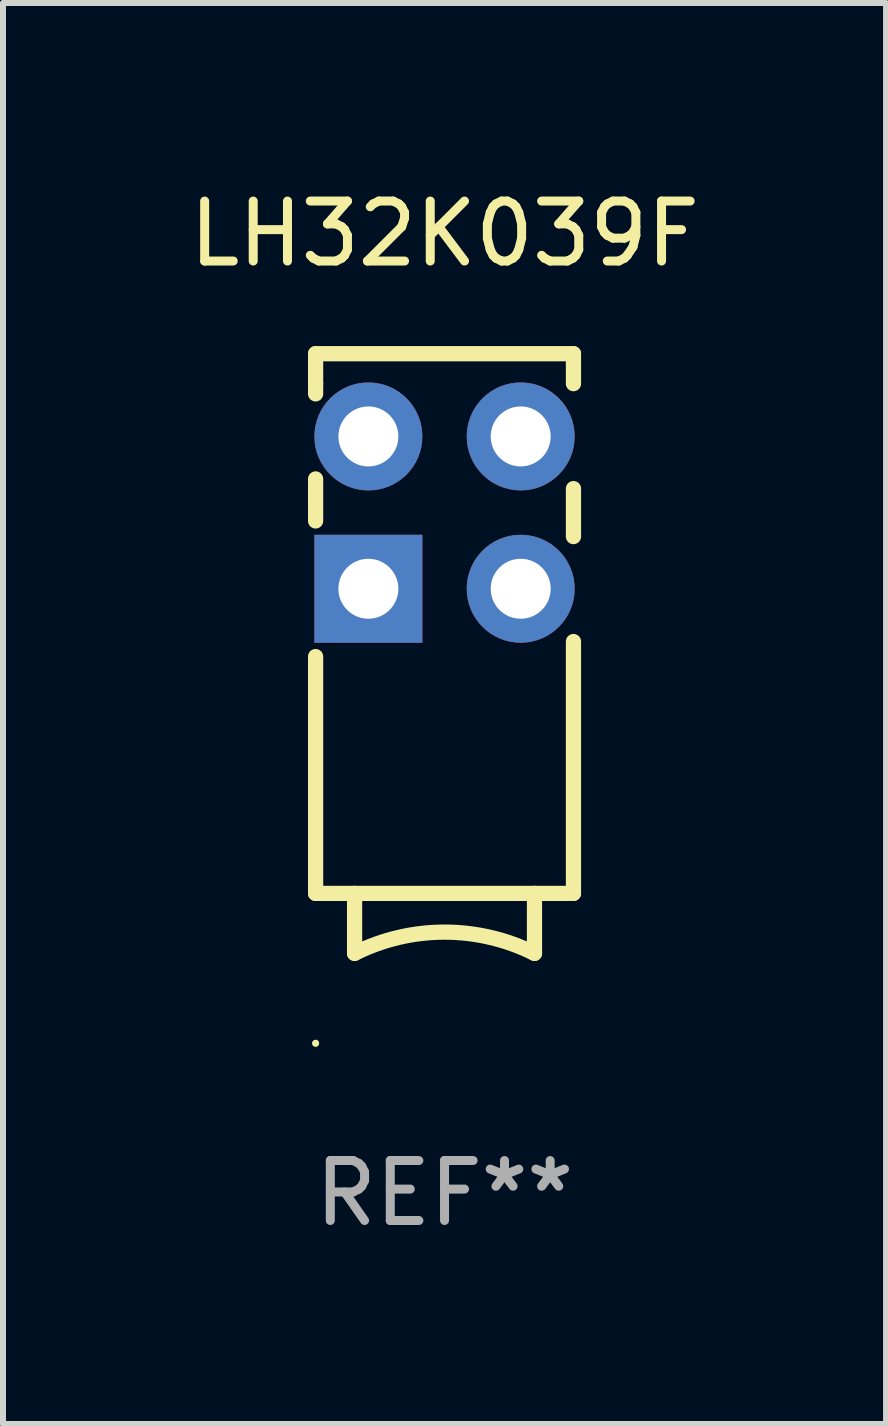
<source format=kicad_pcb>
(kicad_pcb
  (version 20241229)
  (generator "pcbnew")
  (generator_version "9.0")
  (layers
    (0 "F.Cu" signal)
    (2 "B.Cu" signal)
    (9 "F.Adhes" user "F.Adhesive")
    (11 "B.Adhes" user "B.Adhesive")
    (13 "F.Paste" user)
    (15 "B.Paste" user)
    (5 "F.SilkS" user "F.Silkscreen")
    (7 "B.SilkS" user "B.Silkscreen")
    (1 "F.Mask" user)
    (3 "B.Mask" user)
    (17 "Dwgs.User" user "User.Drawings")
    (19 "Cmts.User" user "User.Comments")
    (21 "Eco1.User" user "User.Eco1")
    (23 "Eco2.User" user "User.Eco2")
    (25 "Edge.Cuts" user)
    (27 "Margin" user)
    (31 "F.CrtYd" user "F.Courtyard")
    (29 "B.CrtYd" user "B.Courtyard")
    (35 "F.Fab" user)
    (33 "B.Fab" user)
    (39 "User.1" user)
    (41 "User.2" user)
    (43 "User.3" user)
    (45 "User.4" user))
  (footprint "LH32K039F"
    (layer "F.Cu")
    (at 4.363 7.848)
    (property "Reference" "LH32K039F" (at 0 -7 0) (layer "F.SilkS") (effects (font (size 1 1) (thickness 0.15))))
    (attr through_hole)
    (fp_line (start -2.15 -4.5) (end -2.15 -5) (stroke (width 0.254) (type solid)) (layer "F.SilkS"))
    (fp_line (start -2.15 -4.5) (end -2.15 -4.33) (stroke (width 0.254) (type solid)) (layer "F.SilkS"))
    (fp_line (start -2.15 -2.911) (end -2.15 -2.211) (stroke (width 0.254) (type solid)) (layer "F.SilkS"))
    (fp_line (start -2.15 0.051) (end -2.15 4) (stroke (width 0.254) (type solid)) (layer "F.SilkS"))
    (fp_line (start -1.5 4) (end -1.5 5) (stroke (width 0.254) (type solid)) (layer "F.SilkS"))
    (fp_line (start 1.5 4) (end 1.5 5) (stroke (width 0.254) (type solid)) (layer "F.SilkS"))
    (fp_line (start 2.15 -5) (end -2.15 -5) (stroke (width 0.254) (type solid)) (layer "F.SilkS"))
    (fp_line (start 2.15 -4.5) (end 2.15 -5) (stroke (width 0.254) (type solid)) (layer "F.SilkS"))
    (fp_line (start 2.15 -1.95) (end 2.15 -2.75) (stroke (width 0.254) (type solid)) (layer "F.SilkS"))
    (fp_line (start 2.15 4) (end -2.15 4) (stroke (width 0.254) (type solid)) (layer "F.SilkS"))
    (fp_line (start 2.15 4) (end 2.15 -0.2) (stroke (width 0.254) (type solid)) (layer "F.SilkS"))
    (fp_arc (start -1.499975 5.000013) (mid 0.000025 4.645911) (end 1.500025 5.000013) (stroke (width 0.254001) (type solid)) (layer "F.SilkS"))
    (fp_circle (center -2.15 6.5) (end -2.12 6.5) (stroke (width 0.06) (type solid)) (fill no) (layer "F.SilkS"))
    (fp_text user "REF**" (at 0 9 0) (layer "F.Fab") (effects (font (size 1 1) (thickness 0.15))))
    (pad "1" thru_hole rect (at -1.27 -1.08) (size 1.8 1.8) (drill 1) (layers "*.Cu" "*.Mask"))
    (pad "2" thru_hole circle (at 1.27 -1.08) (size 1.8 1.8) (drill 1) (layers "*.Cu" "*.Mask"))
    (pad "3" thru_hole circle (at -1.27 -3.62) (size 1.8 1.8) (drill 1) (layers "*.Cu" "*.Mask"))
    (pad "4" thru_hole circle (at 1.27 -3.62) (size 1.8 1.8) (drill 1) (layers "*.Cu" "*.Mask")))
  (gr_rect
    (start -3 -3)
    (end 11.726 20.697)
    (stroke (width 0.1) (type default))
    (fill no)
    (layer "Edge.Cuts")))
</source>
